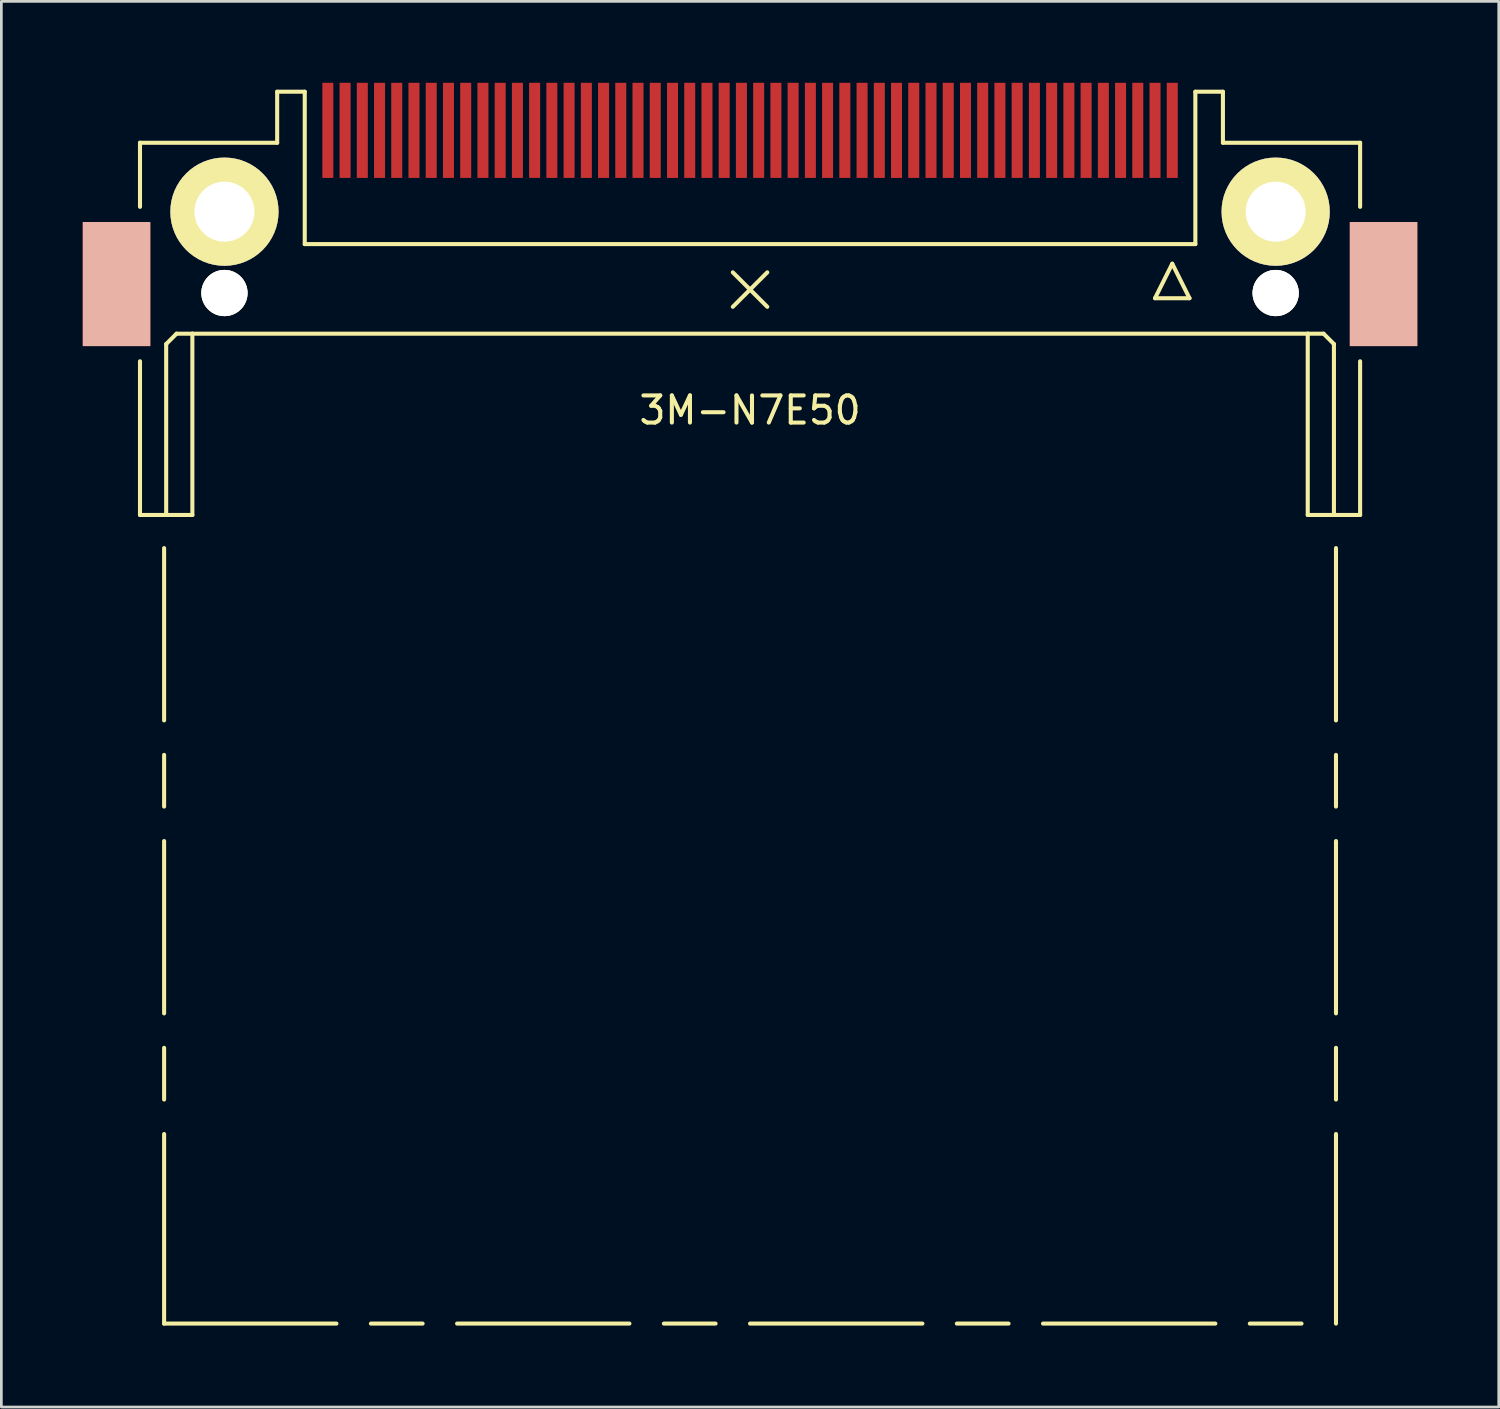
<source format=kicad_pcb>
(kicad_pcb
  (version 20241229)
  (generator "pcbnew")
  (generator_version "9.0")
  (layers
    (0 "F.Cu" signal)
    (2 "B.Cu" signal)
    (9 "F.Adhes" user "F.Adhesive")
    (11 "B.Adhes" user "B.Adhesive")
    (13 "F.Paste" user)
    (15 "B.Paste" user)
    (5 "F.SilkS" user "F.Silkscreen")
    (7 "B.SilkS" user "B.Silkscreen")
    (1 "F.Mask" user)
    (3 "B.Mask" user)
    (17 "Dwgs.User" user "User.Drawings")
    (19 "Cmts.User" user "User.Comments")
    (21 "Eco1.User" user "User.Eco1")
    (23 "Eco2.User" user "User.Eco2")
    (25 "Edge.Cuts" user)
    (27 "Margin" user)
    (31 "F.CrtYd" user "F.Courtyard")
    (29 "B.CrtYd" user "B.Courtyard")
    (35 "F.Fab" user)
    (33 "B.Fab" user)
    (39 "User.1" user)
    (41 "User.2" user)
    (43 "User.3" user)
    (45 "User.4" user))
  (footprint "3M-N7E50"
    (layer "F.Cu")
    (at 24.587 7.62)
    (property "Reference" "3M-N7E50" (at 0 4.445 0) (layer "F.SilkS") (effects (font (size 1 1) (thickness 0.15))))
    (attr through_hole)
    (fp_line (start -22.479 -5.41) (end -17.424 -5.41) (stroke (width 0.15) (type solid)) (layer "F.SilkS"))
    (fp_line (start -22.479 -3.048) (end -22.479 -5.41) (stroke (width 0.15) (type solid)) (layer "F.SilkS"))
    (fp_line (start -22.479 2.642) (end -22.479 8.306) (stroke (width 0.15) (type solid)) (layer "F.SilkS"))
    (fp_line (start -22.479 8.306) (end -20.549 8.306) (stroke (width 0.15) (type solid)) (layer "F.SilkS"))
    (fp_line (start -21.59 9.525) (end -21.59 15.875) (stroke (width 0.15) (type solid)) (layer "F.SilkS"))
    (fp_line (start -21.59 17.145) (end -21.59 19.05) (stroke (width 0.15) (type solid)) (layer "F.SilkS"))
    (fp_line (start -21.59 20.32) (end -21.59 26.67) (stroke (width 0.15) (type solid)) (layer "F.SilkS"))
    (fp_line (start -21.59 27.94) (end -21.59 29.845) (stroke (width 0.15) (type solid)) (layer "F.SilkS"))
    (fp_line (start -21.59 31.115) (end -21.59 38.1) (stroke (width 0.15) (type solid)) (layer "F.SilkS"))
    (fp_line (start -21.59 38.1) (end -15.24 38.1) (stroke (width 0.15) (type solid)) (layer "F.SilkS"))
    (fp_line (start -21.514 2.007) (end -21.133 1.626) (stroke (width 0.15) (type solid)) (layer "F.SilkS"))
    (fp_line (start -21.514 8.306) (end -21.514 2.007) (stroke (width 0.15) (type solid)) (layer "F.SilkS"))
    (fp_line (start -21.133 1.626) (end -20.549 1.626) (stroke (width 0.15) (type solid)) (layer "F.SilkS"))
    (fp_line (start -20.549 1.626) (end 20.549 1.626) (stroke (width 0.15) (type solid)) (layer "F.SilkS"))
    (fp_line (start -20.549 8.306) (end -20.549 1.626) (stroke (width 0.15) (type solid)) (layer "F.SilkS"))
    (fp_line (start -17.424 -7.29) (end -16.408 -7.29) (stroke (width 0.15) (type solid)) (layer "F.SilkS"))
    (fp_line (start -17.424 -5.41) (end -17.424 -7.29) (stroke (width 0.15) (type solid)) (layer "F.SilkS"))
    (fp_line (start -16.408 -7.29) (end -16.408 -1.676) (stroke (width 0.15) (type solid)) (layer "F.SilkS"))
    (fp_line (start -16.408 -1.676) (end 16.408 -1.676) (stroke (width 0.15) (type solid)) (layer "F.SilkS"))
    (fp_line (start -13.97 38.1) (end -12.065 38.1) (stroke (width 0.15) (type solid)) (layer "F.SilkS"))
    (fp_line (start -10.795 38.1) (end -4.445 38.1) (stroke (width 0.15) (type solid)) (layer "F.SilkS"))
    (fp_line (start -3.175 38.1) (end -1.27 38.1) (stroke (width 0.15) (type solid)) (layer "F.SilkS"))
    (fp_line (start -0.635 -0.635) (end 0.635 0.635) (stroke (width 0.15) (type solid)) (layer "F.SilkS"))
    (fp_line (start 0 38.1) (end 6.35 38.1) (stroke (width 0.15) (type solid)) (layer "F.SilkS"))
    (fp_line (start 0.635 -0.635) (end -0.635 0.635) (stroke (width 0.15) (type solid)) (layer "F.SilkS"))
    (fp_line (start 7.62 38.1) (end 9.525 38.1) (stroke (width 0.15) (type solid)) (layer "F.SilkS"))
    (fp_line (start 10.795 38.1) (end 17.145 38.1) (stroke (width 0.15) (type solid)) (layer "F.SilkS"))
    (fp_line (start 14.922 0.318) (end 16.192 0.318) (stroke (width 0.15) (type solid)) (layer "F.SilkS"))
    (fp_line (start 15.557 -0.953) (end 14.922 0.318) (stroke (width 0.15) (type solid)) (layer "F.SilkS"))
    (fp_line (start 16.192 0.318) (end 15.557 -0.953) (stroke (width 0.15) (type solid)) (layer "F.SilkS"))
    (fp_line (start 16.408 -7.29) (end 17.424 -7.29) (stroke (width 0.15) (type solid)) (layer "F.SilkS"))
    (fp_line (start 16.408 -1.676) (end 16.408 -7.29) (stroke (width 0.15) (type solid)) (layer "F.SilkS"))
    (fp_line (start 17.424 -7.29) (end 17.424 -5.41) (stroke (width 0.15) (type solid)) (layer "F.SilkS"))
    (fp_line (start 17.424 -5.41) (end 22.479 -5.41) (stroke (width 0.15) (type solid)) (layer "F.SilkS"))
    (fp_line (start 18.415 38.1) (end 20.32 38.1) (stroke (width 0.15) (type solid)) (layer "F.SilkS"))
    (fp_line (start 20.549 1.626) (end 20.549 8.306) (stroke (width 0.15) (type solid)) (layer "F.SilkS"))
    (fp_line (start 20.549 8.306) (end 22.479 8.306) (stroke (width 0.15) (type solid)) (layer "F.SilkS"))
    (fp_line (start 21.133 1.626) (end 20.549 1.626) (stroke (width 0.15) (type solid)) (layer "F.SilkS"))
    (fp_line (start 21.514 2.007) (end 21.133 1.626) (stroke (width 0.15) (type solid)) (layer "F.SilkS"))
    (fp_line (start 21.514 8.306) (end 21.514 2.007) (stroke (width 0.15) (type solid)) (layer "F.SilkS"))
    (fp_line (start 21.59 9.525) (end 21.59 15.875) (stroke (width 0.15) (type solid)) (layer "F.SilkS"))
    (fp_line (start 21.59 17.145) (end 21.59 19.05) (stroke (width 0.15) (type solid)) (layer "F.SilkS"))
    (fp_line (start 21.59 20.32) (end 21.59 26.67) (stroke (width 0.15) (type solid)) (layer "F.SilkS"))
    (fp_line (start 21.59 27.94) (end 21.59 29.845) (stroke (width 0.15) (type solid)) (layer "F.SilkS"))
    (fp_line (start 21.59 31.115) (end 21.59 38.1) (stroke (width 0.15) (type solid)) (layer "F.SilkS"))
    (fp_line (start 22.479 -5.41) (end 22.479 -3.048) (stroke (width 0.15) (type solid)) (layer "F.SilkS"))
    (fp_line (start 22.479 8.306) (end 22.479 2.642) (stroke (width 0.15) (type solid)) (layer "F.SilkS"))
    (pad "" smd rect (at -23.343 -0.203) (size 2.489 4.572) (layers "F.Cu" "F.Mask" "B.SilkS" "F.Paste"))
    (pad "" thru_hole circle (at -19.367 -2.87) (size 3.988 3.988) (drill 2.21) (layers "*.Cu" "*.Mask" "F.SilkS"))
    (pad "" thru_hole circle (at -19.367 0.127) (size 1.702 1.702) (drill 1.702) (layers "*.Cu" "*.Mask" "F.SilkS"))
    (pad "" thru_hole circle (at 19.367 -2.87) (size 3.988 3.988) (drill 2.21) (layers "*.Cu" "*.Mask" "F.SilkS"))
    (pad "" thru_hole circle (at 19.367 0.127) (size 1.702 1.702) (drill 1.702) (layers "*.Cu" "*.Mask" "F.SilkS"))
    (pad "" smd rect (at 23.343 -0.203) (size 2.489 4.572) (layers "F.Cu" "F.Mask" "B.SilkS" "F.Paste"))
    (pad "1" smd rect (at 15.557 -5.867) (size 0.406 3.505) (layers "F.Cu" "F.Mask" "F.Paste"))
    (pad "2" smd rect (at 14.287 -5.867) (size 0.406 3.505) (layers "F.Cu" "F.Mask" "F.Paste"))
    (pad "3" smd rect (at 13.018 -5.867) (size 0.406 3.505) (layers "F.Cu" "F.Mask" "F.Paste"))
    (pad "4" smd rect (at 11.748 -5.867) (size 0.406 3.505) (layers "F.Cu" "F.Mask" "F.Paste"))
    (pad "5" smd rect (at 10.477 -5.867) (size 0.406 3.505) (layers "F.Cu" "F.Mask" "F.Paste"))
    (pad "6" smd rect (at 9.207 -5.867) (size 0.406 3.505) (layers "F.Cu" "F.Mask" "F.Paste"))
    (pad "7" smd rect (at 7.938 -5.867) (size 0.406 3.505) (layers "F.Cu" "F.Mask" "F.Paste"))
    (pad "8" smd rect (at 6.668 -5.867) (size 0.406 3.505) (layers "F.Cu" "F.Mask" "F.Paste"))
    (pad "9" smd rect (at 5.397 -5.867) (size 0.406 3.505) (layers "F.Cu" "F.Mask" "F.Paste"))
    (pad "10" smd rect (at 4.128 -5.867) (size 0.406 3.505) (layers "F.Cu" "F.Mask" "F.Paste"))
    (pad "11" smd rect (at 2.857 -5.867) (size 0.406 3.505) (layers "F.Cu" "F.Mask" "F.Paste"))
    (pad "12" smd rect (at 1.587 -5.867) (size 0.406 3.505) (layers "F.Cu" "F.Mask" "F.Paste"))
    (pad "13" smd rect (at 0.318 -5.867) (size 0.406 3.505) (layers "F.Cu" "F.Mask" "F.Paste"))
    (pad "14" smd rect (at -0.953 -5.867) (size 0.406 3.505) (layers "F.Cu" "F.Mask" "F.Paste"))
    (pad "15" smd rect (at -2.223 -5.867) (size 0.406 3.505) (layers "F.Cu" "F.Mask" "F.Paste"))
    (pad "16" smd rect (at -3.493 -5.867) (size 0.406 3.505) (layers "F.Cu" "F.Mask" "F.Paste"))
    (pad "17" smd rect (at -4.763 -5.867) (size 0.406 3.505) (layers "F.Cu" "F.Mask" "F.Paste"))
    (pad "18" smd rect (at -6.032 -5.867) (size 0.406 3.505) (layers "F.Cu" "F.Mask" "F.Paste"))
    (pad "19" smd rect (at -7.303 -5.867) (size 0.406 3.505) (layers "F.Cu" "F.Mask" "F.Paste"))
    (pad "20" smd rect (at -8.572 -5.867) (size 0.406 3.505) (layers "F.Cu" "F.Mask" "F.Paste"))
    (pad "21" smd rect (at -9.842 -5.867) (size 0.406 3.505) (layers "F.Cu" "F.Mask" "F.Paste"))
    (pad "22" smd rect (at -11.113 -5.867) (size 0.406 3.505) (layers "F.Cu" "F.Mask" "F.Paste"))
    (pad "23" smd rect (at -12.383 -5.867) (size 0.406 3.505) (layers "F.Cu" "F.Mask" "F.Paste"))
    (pad "24" smd rect (at -13.652 -5.867) (size 0.406 3.505) (layers "F.Cu" "F.Mask" "F.Paste"))
    (pad "25" smd rect (at -14.922 -5.867) (size 0.406 3.505) (layers "F.Cu" "F.Mask" "F.Paste"))
    (pad "26" smd rect (at 14.922 -5.867) (size 0.406 3.505) (layers "F.Cu" "F.Mask" "F.Paste"))
    (pad "27" smd rect (at 13.652 -5.867) (size 0.406 3.505) (layers "F.Cu" "F.Mask" "F.Paste"))
    (pad "28" smd rect (at 12.383 -5.867) (size 0.406 3.505) (layers "F.Cu" "F.Mask" "F.Paste"))
    (pad "29" smd rect (at 11.113 -5.867) (size 0.406 3.505) (layers "F.Cu" "F.Mask" "F.Paste"))
    (pad "30" smd rect (at 9.842 -5.867) (size 0.406 3.505) (layers "F.Cu" "F.Mask" "F.Paste"))
    (pad "31" smd rect (at 8.572 -5.867) (size 0.406 3.505) (layers "F.Cu" "F.Mask" "F.Paste"))
    (pad "32" smd rect (at 7.303 -5.867) (size 0.406 3.505) (layers "F.Cu" "F.Mask" "F.Paste"))
    (pad "33" smd rect (at 6.032 -5.867) (size 0.406 3.505) (layers "F.Cu" "F.Mask" "F.Paste"))
    (pad "34" smd rect (at 4.763 -5.867) (size 0.406 3.505) (layers "F.Cu" "F.Mask" "F.Paste"))
    (pad "35" smd rect (at 3.493 -5.867) (size 0.406 3.505) (layers "F.Cu" "F.Mask" "F.Paste"))
    (pad "36" smd rect (at 2.223 -5.867) (size 0.406 3.505) (layers "F.Cu" "F.Mask" "F.Paste"))
    (pad "37" smd rect (at 0.953 -5.867) (size 0.406 3.505) (layers "F.Cu" "F.Mask" "F.Paste"))
    (pad "38" smd rect (at -0.318 -5.867) (size 0.406 3.505) (layers "F.Cu" "F.Mask" "F.Paste"))
    (pad "39" smd rect (at -1.587 -5.867) (size 0.406 3.505) (layers "F.Cu" "F.Mask" "F.Paste"))
    (pad "40" smd rect (at -2.857 -5.867) (size 0.406 3.505) (layers "F.Cu" "F.Mask" "F.Paste"))
    (pad "41" smd rect (at -4.128 -5.867) (size 0.406 3.505) (layers "F.Cu" "F.Mask" "F.Paste"))
    (pad "42" smd rect (at -5.397 -5.867) (size 0.406 3.505) (layers "F.Cu" "F.Mask" "F.Paste"))
    (pad "43" smd rect (at -6.668 -5.867) (size 0.406 3.505) (layers "F.Cu" "F.Mask" "F.Paste"))
    (pad "44" smd rect (at -7.938 -5.867) (size 0.406 3.505) (layers "F.Cu" "F.Mask" "F.Paste"))
    (pad "45" smd rect (at -9.207 -5.867) (size 0.406 3.505) (layers "F.Cu" "F.Mask" "F.Paste"))
    (pad "46" smd rect (at -10.477 -5.867) (size 0.406 3.505) (layers "F.Cu" "F.Mask" "F.Paste"))
    (pad "47" smd rect (at -11.748 -5.867) (size 0.406 3.505) (layers "F.Cu" "F.Mask" "F.Paste"))
    (pad "48" smd rect (at -13.018 -5.867) (size 0.406 3.505) (layers "F.Cu" "F.Mask" "F.Paste"))
    (pad "49" smd rect (at -14.287 -5.867) (size 0.406 3.505) (layers "F.Cu" "F.Mask" "F.Paste"))
    (pad "50" smd rect (at -15.557 -5.867) (size 0.406 3.505) (layers "F.Cu" "F.Mask" "F.Paste")))
  (gr_rect
    (start -3 -3)
    (end 52.174 48.795)
    (stroke (width 0.1) (type default))
    (fill no)
    (layer "Edge.Cuts")))
</source>
